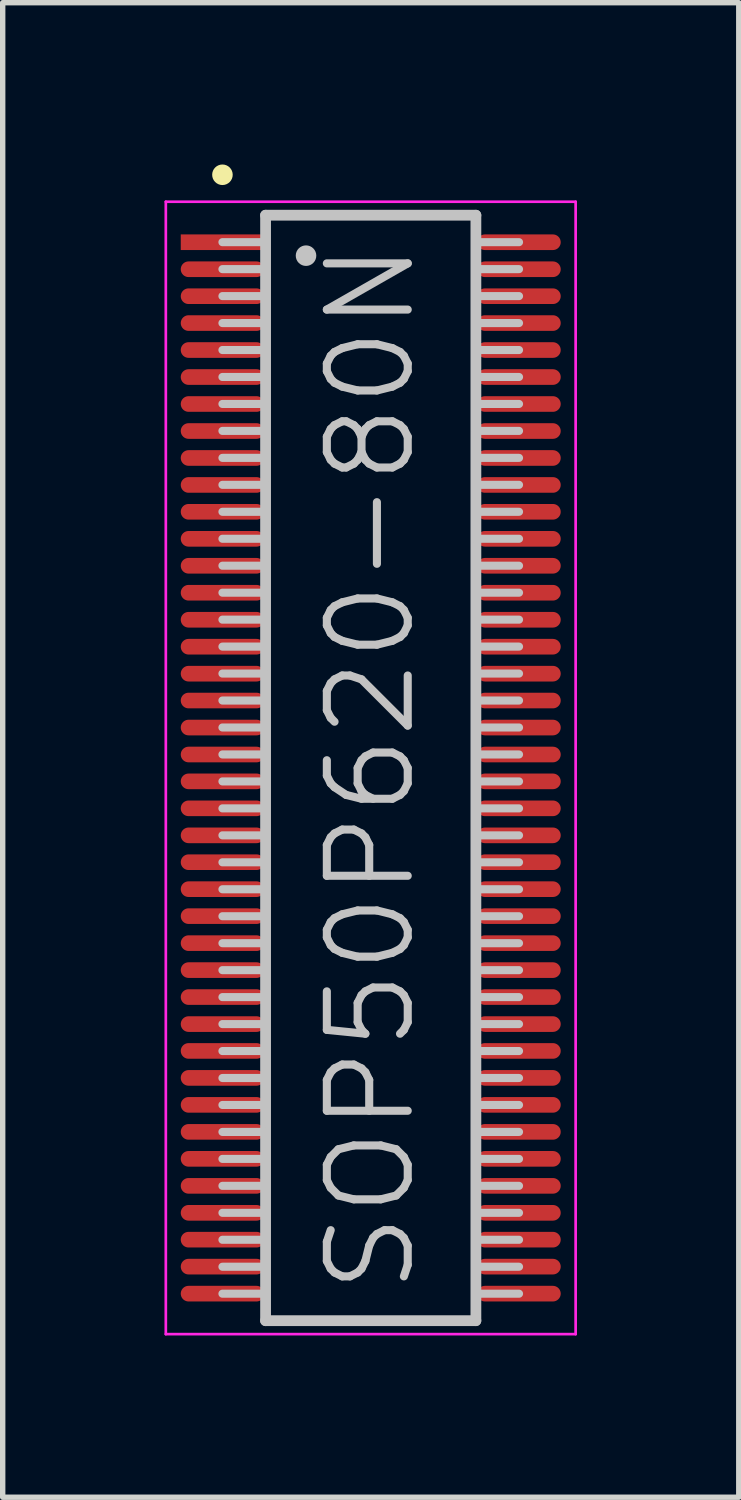
<source format=kicad_pcb>
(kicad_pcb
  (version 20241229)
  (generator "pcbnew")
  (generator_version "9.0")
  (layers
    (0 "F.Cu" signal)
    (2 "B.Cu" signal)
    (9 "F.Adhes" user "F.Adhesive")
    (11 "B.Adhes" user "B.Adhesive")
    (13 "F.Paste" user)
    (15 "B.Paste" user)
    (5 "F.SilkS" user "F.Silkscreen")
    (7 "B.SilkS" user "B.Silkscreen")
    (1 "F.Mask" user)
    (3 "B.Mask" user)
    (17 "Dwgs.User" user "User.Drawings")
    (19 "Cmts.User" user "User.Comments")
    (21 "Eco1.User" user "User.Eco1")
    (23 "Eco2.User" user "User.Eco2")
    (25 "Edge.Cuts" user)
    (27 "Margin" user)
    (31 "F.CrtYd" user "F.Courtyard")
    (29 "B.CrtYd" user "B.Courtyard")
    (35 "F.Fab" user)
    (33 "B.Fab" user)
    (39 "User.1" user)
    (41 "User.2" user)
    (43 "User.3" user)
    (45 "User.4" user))
  (footprint "SOP50P620-80N"
    (layer "F.Cu")
    (at 3.825 11.191)
    (property "Reference" "SOP50P620-80N" (at 0 0 90) (layer "Dwgs.User") (effects (font (size 1.5 1.5) (thickness 0.15))))
    (attr smd)
    (fp_line (start -2.75 -11) (end -2.75 -11) (stroke (width 0.381) (type solid)) (layer "F.SilkS"))
    (fp_line (start -1.95 -10.25) (end -1.95 10.25) (stroke (width 0.2) (type solid)) (layer "Dwgs.User"))
    (fp_line (start -1.95 -10.25) (end 1.95 -10.25) (stroke (width 0.2) (type solid)) (layer "Dwgs.User"))
    (fp_line (start -1.95 -9.75) (end -2.75 -9.75) (stroke (width 0.15) (type solid)) (layer "Dwgs.User"))
    (fp_line (start -1.95 -9.25) (end -2.75 -9.25) (stroke (width 0.15) (type solid)) (layer "Dwgs.User"))
    (fp_line (start -1.95 -8.75) (end -2.75 -8.75) (stroke (width 0.15) (type solid)) (layer "Dwgs.User"))
    (fp_line (start -1.95 -8.25) (end -2.75 -8.25) (stroke (width 0.15) (type solid)) (layer "Dwgs.User"))
    (fp_line (start -1.95 -7.75) (end -2.75 -7.75) (stroke (width 0.15) (type solid)) (layer "Dwgs.User"))
    (fp_line (start -1.95 -7.25) (end -2.75 -7.25) (stroke (width 0.15) (type solid)) (layer "Dwgs.User"))
    (fp_line (start -1.95 -6.75) (end -2.75 -6.75) (stroke (width 0.15) (type solid)) (layer "Dwgs.User"))
    (fp_line (start -1.95 -6.25) (end -2.75 -6.25) (stroke (width 0.15) (type solid)) (layer "Dwgs.User"))
    (fp_line (start -1.95 -5.75) (end -2.75 -5.75) (stroke (width 0.15) (type solid)) (layer "Dwgs.User"))
    (fp_line (start -1.95 -5.25) (end -2.75 -5.25) (stroke (width 0.15) (type solid)) (layer "Dwgs.User"))
    (fp_line (start -1.95 -4.75) (end -2.75 -4.75) (stroke (width 0.15) (type solid)) (layer "Dwgs.User"))
    (fp_line (start -1.95 -4.25) (end -2.75 -4.25) (stroke (width 0.15) (type solid)) (layer "Dwgs.User"))
    (fp_line (start -1.95 -3.75) (end -2.75 -3.75) (stroke (width 0.15) (type solid)) (layer "Dwgs.User"))
    (fp_line (start -1.95 -3.25) (end -2.75 -3.25) (stroke (width 0.15) (type solid)) (layer "Dwgs.User"))
    (fp_line (start -1.95 -2.75) (end -2.75 -2.75) (stroke (width 0.15) (type solid)) (layer "Dwgs.User"))
    (fp_line (start -1.95 -2.25) (end -2.75 -2.25) (stroke (width 0.15) (type solid)) (layer "Dwgs.User"))
    (fp_line (start -1.95 -1.75) (end -2.75 -1.75) (stroke (width 0.15) (type solid)) (layer "Dwgs.User"))
    (fp_line (start -1.95 -1.25) (end -2.75 -1.25) (stroke (width 0.15) (type solid)) (layer "Dwgs.User"))
    (fp_line (start -1.95 -0.75) (end -2.75 -0.75) (stroke (width 0.15) (type solid)) (layer "Dwgs.User"))
    (fp_line (start -1.95 -0.25) (end -2.75 -0.25) (stroke (width 0.15) (type solid)) (layer "Dwgs.User"))
    (fp_line (start -1.95 0.25) (end -2.75 0.25) (stroke (width 0.15) (type solid)) (layer "Dwgs.User"))
    (fp_line (start -1.95 0.75) (end -2.75 0.75) (stroke (width 0.15) (type solid)) (layer "Dwgs.User"))
    (fp_line (start -1.95 1.25) (end -2.75 1.25) (stroke (width 0.15) (type solid)) (layer "Dwgs.User"))
    (fp_line (start -1.95 1.75) (end -2.75 1.75) (stroke (width 0.15) (type solid)) (layer "Dwgs.User"))
    (fp_line (start -1.95 2.25) (end -2.75 2.25) (stroke (width 0.15) (type solid)) (layer "Dwgs.User"))
    (fp_line (start -1.95 2.75) (end -2.75 2.75) (stroke (width 0.15) (type solid)) (layer "Dwgs.User"))
    (fp_line (start -1.95 3.25) (end -2.75 3.25) (stroke (width 0.15) (type solid)) (layer "Dwgs.User"))
    (fp_line (start -1.95 3.75) (end -2.75 3.75) (stroke (width 0.15) (type solid)) (layer "Dwgs.User"))
    (fp_line (start -1.95 4.25) (end -2.75 4.25) (stroke (width 0.15) (type solid)) (layer "Dwgs.User"))
    (fp_line (start -1.95 4.75) (end -2.75 4.75) (stroke (width 0.15) (type solid)) (layer "Dwgs.User"))
    (fp_line (start -1.95 5.25) (end -2.75 5.25) (stroke (width 0.15) (type solid)) (layer "Dwgs.User"))
    (fp_line (start -1.95 5.75) (end -2.75 5.75) (stroke (width 0.15) (type solid)) (layer "Dwgs.User"))
    (fp_line (start -1.95 6.25) (end -2.75 6.25) (stroke (width 0.15) (type solid)) (layer "Dwgs.User"))
    (fp_line (start -1.95 6.75) (end -2.75 6.75) (stroke (width 0.15) (type solid)) (layer "Dwgs.User"))
    (fp_line (start -1.95 7.25) (end -2.75 7.25) (stroke (width 0.15) (type solid)) (layer "Dwgs.User"))
    (fp_line (start -1.95 7.75) (end -2.75 7.75) (stroke (width 0.15) (type solid)) (layer "Dwgs.User"))
    (fp_line (start -1.95 8.25) (end -2.75 8.25) (stroke (width 0.15) (type solid)) (layer "Dwgs.User"))
    (fp_line (start -1.95 8.75) (end -2.75 8.75) (stroke (width 0.15) (type solid)) (layer "Dwgs.User"))
    (fp_line (start -1.95 9.25) (end -2.75 9.25) (stroke (width 0.15) (type solid)) (layer "Dwgs.User"))
    (fp_line (start -1.95 9.75) (end -2.75 9.75) (stroke (width 0.15) (type solid)) (layer "Dwgs.User"))
    (fp_line (start -1.95 10.25) (end 1.95 10.25) (stroke (width 0.2) (type solid)) (layer "Dwgs.User"))
    (fp_line (start -1.2 -9.5) (end -1.2 -9.5) (stroke (width 0.381) (type solid)) (layer "Dwgs.User"))
    (fp_line (start 1.95 -10.25) (end 1.95 10.25) (stroke (width 0.2) (type solid)) (layer "Dwgs.User"))
    (fp_line (start 2.75 -9.75) (end 1.95 -9.75) (stroke (width 0.15) (type solid)) (layer "Dwgs.User"))
    (fp_line (start 2.75 -9.25) (end 1.95 -9.25) (stroke (width 0.15) (type solid)) (layer "Dwgs.User"))
    (fp_line (start 2.75 -8.75) (end 1.95 -8.75) (stroke (width 0.15) (type solid)) (layer "Dwgs.User"))
    (fp_line (start 2.75 -8.25) (end 1.95 -8.25) (stroke (width 0.15) (type solid)) (layer "Dwgs.User"))
    (fp_line (start 2.75 -7.75) (end 1.95 -7.75) (stroke (width 0.15) (type solid)) (layer "Dwgs.User"))
    (fp_line (start 2.75 -7.25) (end 1.95 -7.25) (stroke (width 0.15) (type solid)) (layer "Dwgs.User"))
    (fp_line (start 2.75 -6.75) (end 1.95 -6.75) (stroke (width 0.15) (type solid)) (layer "Dwgs.User"))
    (fp_line (start 2.75 -6.25) (end 1.95 -6.25) (stroke (width 0.15) (type solid)) (layer "Dwgs.User"))
    (fp_line (start 2.75 -5.75) (end 1.95 -5.75) (stroke (width 0.15) (type solid)) (layer "Dwgs.User"))
    (fp_line (start 2.75 -5.25) (end 1.95 -5.25) (stroke (width 0.15) (type solid)) (layer "Dwgs.User"))
    (fp_line (start 2.75 -4.75) (end 1.95 -4.75) (stroke (width 0.15) (type solid)) (layer "Dwgs.User"))
    (fp_line (start 2.75 -4.25) (end 1.95 -4.25) (stroke (width 0.15) (type solid)) (layer "Dwgs.User"))
    (fp_line (start 2.75 -3.75) (end 1.95 -3.75) (stroke (width 0.15) (type solid)) (layer "Dwgs.User"))
    (fp_line (start 2.75 -3.25) (end 1.95 -3.25) (stroke (width 0.15) (type solid)) (layer "Dwgs.User"))
    (fp_line (start 2.75 -2.75) (end 1.95 -2.75) (stroke (width 0.15) (type solid)) (layer "Dwgs.User"))
    (fp_line (start 2.75 -2.25) (end 1.95 -2.25) (stroke (width 0.15) (type solid)) (layer "Dwgs.User"))
    (fp_line (start 2.75 -1.75) (end 1.95 -1.75) (stroke (width 0.15) (type solid)) (layer "Dwgs.User"))
    (fp_line (start 2.75 -1.25) (end 1.95 -1.25) (stroke (width 0.15) (type solid)) (layer "Dwgs.User"))
    (fp_line (start 2.75 -0.75) (end 1.95 -0.75) (stroke (width 0.15) (type solid)) (layer "Dwgs.User"))
    (fp_line (start 2.75 -0.25) (end 1.95 -0.25) (stroke (width 0.15) (type solid)) (layer "Dwgs.User"))
    (fp_line (start 2.75 0.25) (end 1.95 0.25) (stroke (width 0.15) (type solid)) (layer "Dwgs.User"))
    (fp_line (start 2.75 0.75) (end 1.95 0.75) (stroke (width 0.15) (type solid)) (layer "Dwgs.User"))
    (fp_line (start 2.75 1.25) (end 1.95 1.25) (stroke (width 0.15) (type solid)) (layer "Dwgs.User"))
    (fp_line (start 2.75 1.75) (end 1.95 1.75) (stroke (width 0.15) (type solid)) (layer "Dwgs.User"))
    (fp_line (start 2.75 2.25) (end 1.95 2.25) (stroke (width 0.15) (type solid)) (layer "Dwgs.User"))
    (fp_line (start 2.75 2.75) (end 1.95 2.75) (stroke (width 0.15) (type solid)) (layer "Dwgs.User"))
    (fp_line (start 2.75 3.25) (end 1.95 3.25) (stroke (width 0.15) (type solid)) (layer "Dwgs.User"))
    (fp_line (start 2.75 3.75) (end 1.95 3.75) (stroke (width 0.15) (type solid)) (layer "Dwgs.User"))
    (fp_line (start 2.75 4.25) (end 1.95 4.25) (stroke (width 0.15) (type solid)) (layer "Dwgs.User"))
    (fp_line (start 2.75 4.75) (end 1.95 4.75) (stroke (width 0.15) (type solid)) (layer "Dwgs.User"))
    (fp_line (start 2.75 5.25) (end 1.95 5.25) (stroke (width 0.15) (type solid)) (layer "Dwgs.User"))
    (fp_line (start 2.75 5.75) (end 1.95 5.75) (stroke (width 0.15) (type solid)) (layer "Dwgs.User"))
    (fp_line (start 2.75 6.25) (end 1.95 6.25) (stroke (width 0.15) (type solid)) (layer "Dwgs.User"))
    (fp_line (start 2.75 6.75) (end 1.95 6.75) (stroke (width 0.15) (type solid)) (layer "Dwgs.User"))
    (fp_line (start 2.75 7.25) (end 1.95 7.25) (stroke (width 0.15) (type solid)) (layer "Dwgs.User"))
    (fp_line (start 2.75 7.75) (end 1.95 7.75) (stroke (width 0.15) (type solid)) (layer "Dwgs.User"))
    (fp_line (start 2.75 8.25) (end 1.95 8.25) (stroke (width 0.15) (type solid)) (layer "Dwgs.User"))
    (fp_line (start 2.75 8.75) (end 1.95 8.75) (stroke (width 0.15) (type solid)) (layer "Dwgs.User"))
    (fp_line (start 2.75 9.25) (end 1.95 9.25) (stroke (width 0.15) (type solid)) (layer "Dwgs.User"))
    (fp_line (start 2.75 9.75) (end 1.95 9.75) (stroke (width 0.15) (type solid)) (layer "Dwgs.User"))
    (fp_line (start -3.8 -10.5) (end -3.8 10.5) (stroke (width 0.05) (type solid)) (layer "F.CrtYd"))
    (fp_line (start -3.8 -10.5) (end 3.8 -10.5) (stroke (width 0.05) (type solid)) (layer "F.CrtYd"))
    (fp_line (start -3.8 10.5) (end 3.8 10.5) (stroke (width 0.05) (type solid)) (layer "F.CrtYd"))
    (fp_line (start 3.8 -10.5) (end 3.8 10.5) (stroke (width 0.05) (type solid)) (layer "F.CrtYd"))
    (pad "1" smd rect (at -2.748 -9.749 90) (size 0.29 1.55) (layers "F.Cu" "F.Mask" "F.Paste"))
    (pad "2" smd oval (at -2.748 -9.248 90) (size 0.29 1.55) (layers "F.Cu" "F.Mask" "F.Paste"))
    (pad "3" smd oval (at -2.748 -8.748 90) (size 0.29 1.55) (layers "F.Cu" "F.Mask" "F.Paste"))
    (pad "4" smd oval (at -2.748 -8.25 90) (size 0.29 1.55) (layers "F.Cu" "F.Mask" "F.Paste"))
    (pad "5" smd oval (at -2.748 -7.75 90) (size 0.29 1.55) (layers "F.Cu" "F.Mask" "F.Paste"))
    (pad "6" smd oval (at -2.748 -7.249 90) (size 0.29 1.55) (layers "F.Cu" "F.Mask" "F.Paste"))
    (pad "7" smd oval (at -2.748 -6.749 90) (size 0.29 1.55) (layers "F.Cu" "F.Mask" "F.Paste"))
    (pad "8" smd oval (at -2.748 -6.248 90) (size 0.29 1.55) (layers "F.Cu" "F.Mask" "F.Paste"))
    (pad "9" smd oval (at -2.748 -5.748 90) (size 0.29 1.55) (layers "F.Cu" "F.Mask" "F.Paste"))
    (pad "10" smd oval (at -2.748 -5.248 90) (size 0.29 1.55) (layers "F.Cu" "F.Mask" "F.Paste"))
    (pad "11" smd oval (at -2.748 -4.75 90) (size 0.29 1.55) (layers "F.Cu" "F.Mask" "F.Paste"))
    (pad "12" smd oval (at -2.748 -4.249 90) (size 0.29 1.55) (layers "F.Cu" "F.Mask" "F.Paste"))
    (pad "13" smd oval (at -2.748 -3.749 90) (size 0.29 1.55) (layers "F.Cu" "F.Mask" "F.Paste"))
    (pad "14" smd oval (at -2.748 -3.249 90) (size 0.29 1.55) (layers "F.Cu" "F.Mask" "F.Paste"))
    (pad "15" smd oval (at -2.748 -2.748 90) (size 0.29 1.55) (layers "F.Cu" "F.Mask" "F.Paste"))
    (pad "16" smd oval (at -2.748 -2.248 90) (size 0.29 1.55) (layers "F.Cu" "F.Mask" "F.Paste"))
    (pad "17" smd oval (at -2.748 -1.748 90) (size 0.29 1.55) (layers "F.Cu" "F.Mask" "F.Paste"))
    (pad "18" smd oval (at -2.748 -1.25 90) (size 0.29 1.55) (layers "F.Cu" "F.Mask" "F.Paste"))
    (pad "19" smd oval (at -2.748 -0.749 90) (size 0.29 1.55) (layers "F.Cu" "F.Mask" "F.Paste"))
    (pad "20" smd oval (at -2.748 -0.249 90) (size 0.29 1.55) (layers "F.Cu" "F.Mask" "F.Paste"))
    (pad "21" smd oval (at -2.748 0.249 90) (size 0.29 1.55) (layers "F.Cu" "F.Mask" "F.Paste"))
    (pad "22" smd oval (at -2.748 0.749 90) (size 0.29 1.55) (layers "F.Cu" "F.Mask" "F.Paste"))
    (pad "23" smd oval (at -2.748 1.25 90) (size 0.29 1.55) (layers "F.Cu" "F.Mask" "F.Paste"))
    (pad "24" smd oval (at -2.748 1.748 90) (size 0.29 1.55) (layers "F.Cu" "F.Mask" "F.Paste"))
    (pad "25" smd oval (at -2.748 2.248 90) (size 0.29 1.55) (layers "F.Cu" "F.Mask" "F.Paste"))
    (pad "26" smd oval (at -2.748 2.748 90) (size 0.29 1.55) (layers "F.Cu" "F.Mask" "F.Paste"))
    (pad "27" smd oval (at -2.748 3.249 90) (size 0.29 1.55) (layers "F.Cu" "F.Mask" "F.Paste"))
    (pad "28" smd oval (at -2.748 3.749 90) (size 0.29 1.55) (layers "F.Cu" "F.Mask" "F.Paste"))
    (pad "29" smd oval (at -2.748 4.249 90) (size 0.29 1.55) (layers "F.Cu" "F.Mask" "F.Paste"))
    (pad "30" smd oval (at -2.748 4.75 90) (size 0.29 1.55) (layers "F.Cu" "F.Mask" "F.Paste"))
    (pad "31" smd oval (at -2.748 5.248 90) (size 0.29 1.55) (layers "F.Cu" "F.Mask" "F.Paste"))
    (pad "32" smd oval (at -2.748 5.748 90) (size 0.29 1.55) (layers "F.Cu" "F.Mask" "F.Paste"))
    (pad "33" smd oval (at -2.748 6.248 90) (size 0.29 1.55) (layers "F.Cu" "F.Mask" "F.Paste"))
    (pad "34" smd oval (at -2.748 6.749 90) (size 0.29 1.55) (layers "F.Cu" "F.Mask" "F.Paste"))
    (pad "35" smd oval (at -2.748 7.249 90) (size 0.29 1.55) (layers "F.Cu" "F.Mask" "F.Paste"))
    (pad "36" smd oval (at -2.748 7.75 90) (size 0.29 1.55) (layers "F.Cu" "F.Mask" "F.Paste"))
    (pad "37" smd oval (at -2.748 8.25 90) (size 0.29 1.55) (layers "F.Cu" "F.Mask" "F.Paste"))
    (pad "38" smd oval (at -2.748 8.748 90) (size 0.29 1.55) (layers "F.Cu" "F.Mask" "F.Paste"))
    (pad "39" smd oval (at -2.748 9.248 90) (size 0.29 1.55) (layers "F.Cu" "F.Mask" "F.Paste"))
    (pad "40" smd oval (at -2.748 9.749 90) (size 0.29 1.55) (layers "F.Cu" "F.Mask" "F.Paste"))
    (pad "41" smd oval (at 2.748 9.749 270) (size 0.29 1.55) (layers "F.Cu" "F.Mask" "F.Paste"))
    (pad "42" smd oval (at 2.748 9.248 270) (size 0.29 1.55) (layers "F.Cu" "F.Mask" "F.Paste"))
    (pad "43" smd oval (at 2.748 8.748 270) (size 0.29 1.55) (layers "F.Cu" "F.Mask" "F.Paste"))
    (pad "44" smd oval (at 2.748 8.25 270) (size 0.29 1.55) (layers "F.Cu" "F.Mask" "F.Paste"))
    (pad "45" smd oval (at 2.748 7.75 270) (size 0.29 1.55) (layers "F.Cu" "F.Mask" "F.Paste"))
    (pad "46" smd oval (at 2.748 7.249 270) (size 0.29 1.55) (layers "F.Cu" "F.Mask" "F.Paste"))
    (pad "47" smd oval (at 2.748 6.749 270) (size 0.29 1.55) (layers "F.Cu" "F.Mask" "F.Paste"))
    (pad "48" smd oval (at 2.748 6.248 270) (size 0.29 1.55) (layers "F.Cu" "F.Mask" "F.Paste"))
    (pad "49" smd oval (at 2.748 5.748 270) (size 0.29 1.55) (layers "F.Cu" "F.Mask" "F.Paste"))
    (pad "50" smd oval (at 2.748 5.248 270) (size 0.29 1.55) (layers "F.Cu" "F.Mask" "F.Paste"))
    (pad "51" smd oval (at 2.748 4.75 270) (size 0.29 1.55) (layers "F.Cu" "F.Mask" "F.Paste"))
    (pad "52" smd oval (at 2.748 4.249 270) (size 0.29 1.55) (layers "F.Cu" "F.Mask" "F.Paste"))
    (pad "53" smd oval (at 2.748 3.749 270) (size 0.29 1.55) (layers "F.Cu" "F.Mask" "F.Paste"))
    (pad "54" smd oval (at 2.748 3.249 270) (size 0.29 1.55) (layers "F.Cu" "F.Mask" "F.Paste"))
    (pad "55" smd oval (at 2.748 2.748 270) (size 0.29 1.55) (layers "F.Cu" "F.Mask" "F.Paste"))
    (pad "56" smd oval (at 2.748 2.248 270) (size 0.29 1.55) (layers "F.Cu" "F.Mask" "F.Paste"))
    (pad "57" smd oval (at 2.748 1.748 270) (size 0.29 1.55) (layers "F.Cu" "F.Mask" "F.Paste"))
    (pad "58" smd oval (at 2.748 1.25 270) (size 0.29 1.55) (layers "F.Cu" "F.Mask" "F.Paste"))
    (pad "59" smd oval (at 2.748 0.749 270) (size 0.29 1.55) (layers "F.Cu" "F.Mask" "F.Paste"))
    (pad "60" smd oval (at 2.748 0.249 270) (size 0.29 1.55) (layers "F.Cu" "F.Mask" "F.Paste"))
    (pad "61" smd oval (at 2.748 -0.249 270) (size 0.29 1.55) (layers "F.Cu" "F.Mask" "F.Paste"))
    (pad "62" smd oval (at 2.748 -0.749 270) (size 0.29 1.55) (layers "F.Cu" "F.Mask" "F.Paste"))
    (pad "63" smd oval (at 2.748 -1.25 270) (size 0.29 1.55) (layers "F.Cu" "F.Mask" "F.Paste"))
    (pad "64" smd oval (at 2.748 -1.748 270) (size 0.29 1.55) (layers "F.Cu" "F.Mask" "F.Paste"))
    (pad "65" smd oval (at 2.748 -2.248 270) (size 0.29 1.55) (layers "F.Cu" "F.Mask" "F.Paste"))
    (pad "66" smd oval (at 2.748 -2.748 270) (size 0.29 1.55) (layers "F.Cu" "F.Mask" "F.Paste"))
    (pad "67" smd oval (at 2.748 -3.249 270) (size 0.29 1.55) (layers "F.Cu" "F.Mask" "F.Paste"))
    (pad "68" smd oval (at 2.748 -3.749 270) (size 0.29 1.55) (layers "F.Cu" "F.Mask" "F.Paste"))
    (pad "69" smd oval (at 2.748 -4.249 270) (size 0.29 1.55) (layers "F.Cu" "F.Mask" "F.Paste"))
    (pad "70" smd oval (at 2.748 -4.75 270) (size 0.29 1.55) (layers "F.Cu" "F.Mask" "F.Paste"))
    (pad "71" smd oval (at 2.748 -5.248 270) (size 0.29 1.55) (layers "F.Cu" "F.Mask" "F.Paste"))
    (pad "72" smd oval (at 2.748 -5.748 270) (size 0.29 1.55) (layers "F.Cu" "F.Mask" "F.Paste"))
    (pad "73" smd oval (at 2.748 -6.248 270) (size 0.29 1.55) (layers "F.Cu" "F.Mask" "F.Paste"))
    (pad "74" smd oval (at 2.748 -6.749 270) (size 0.29 1.55) (layers "F.Cu" "F.Mask" "F.Paste"))
    (pad "75" smd oval (at 2.748 -7.249 270) (size 0.29 1.55) (layers "F.Cu" "F.Mask" "F.Paste"))
    (pad "76" smd oval (at 2.748 -7.75 270) (size 0.29 1.55) (layers "F.Cu" "F.Mask" "F.Paste"))
    (pad "77" smd oval (at 2.748 -8.25 270) (size 0.29 1.55) (layers "F.Cu" "F.Mask" "F.Paste"))
    (pad "78" smd oval (at 2.748 -8.748 270) (size 0.29 1.55) (layers "F.Cu" "F.Mask" "F.Paste"))
    (pad "79" smd oval (at 2.748 -9.248 270) (size 0.29 1.55) (layers "F.Cu" "F.Mask" "F.Paste"))
    (pad "80" smd oval (at 2.748 -9.749 270) (size 0.29 1.55) (layers "F.Cu" "F.Mask" "F.Paste")))
  (gr_rect
    (start -3 -3)
    (end 10.65 24.715)
    (stroke (width 0.1) (type default))
    (fill no)
    (layer "Edge.Cuts")))
</source>
